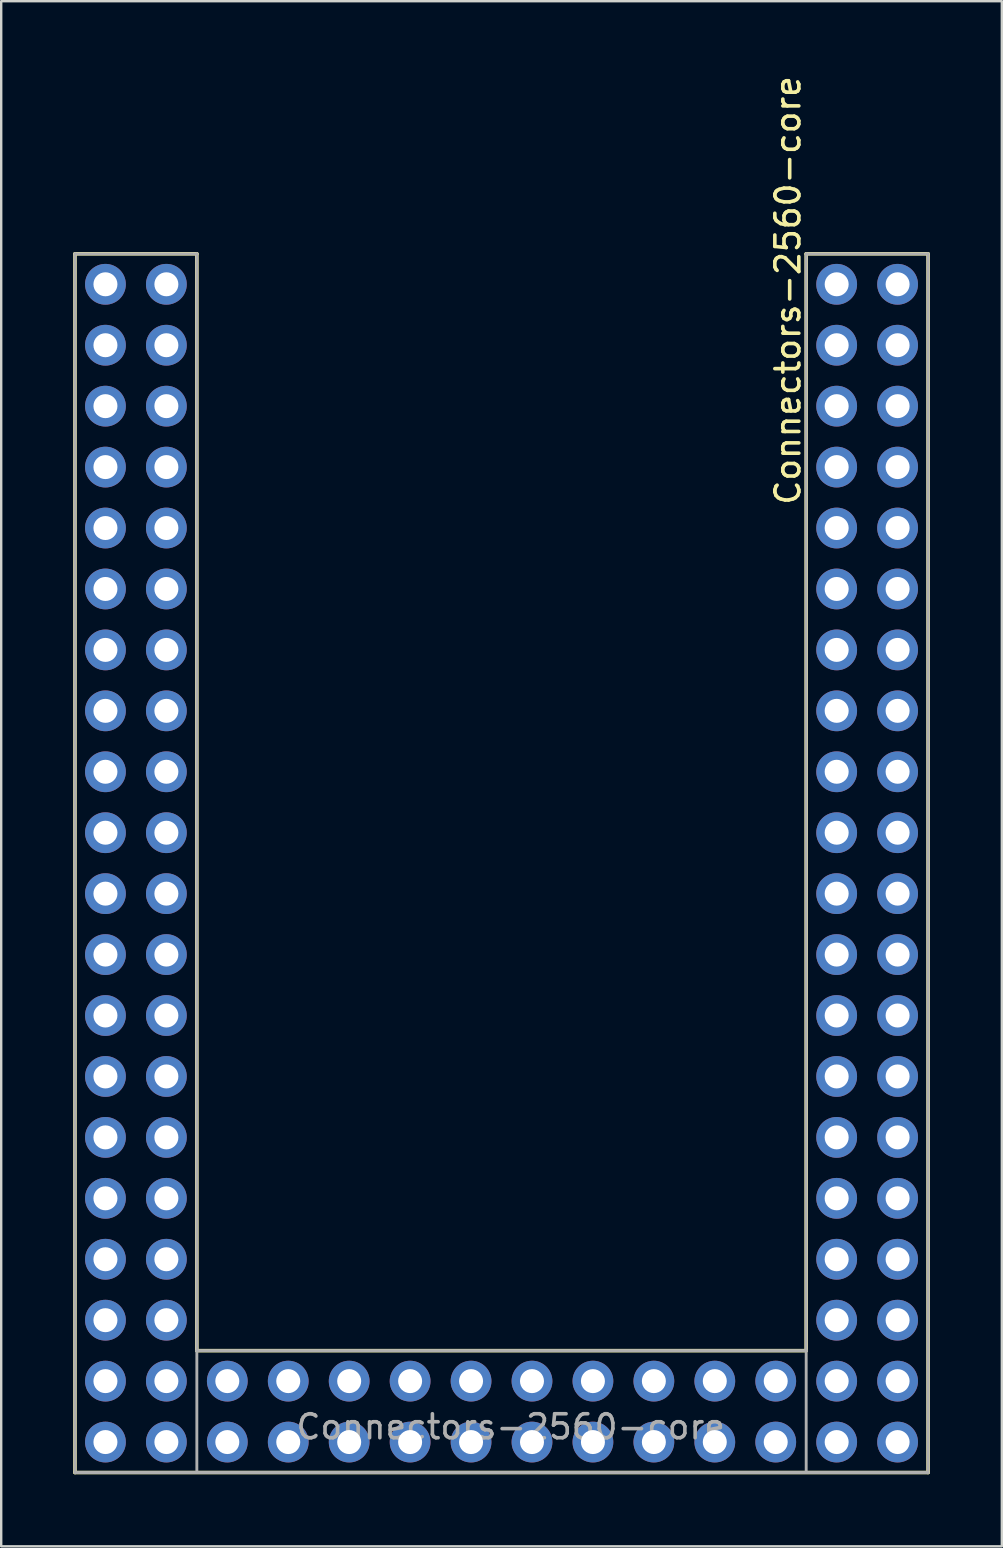
<source format=kicad_pcb>
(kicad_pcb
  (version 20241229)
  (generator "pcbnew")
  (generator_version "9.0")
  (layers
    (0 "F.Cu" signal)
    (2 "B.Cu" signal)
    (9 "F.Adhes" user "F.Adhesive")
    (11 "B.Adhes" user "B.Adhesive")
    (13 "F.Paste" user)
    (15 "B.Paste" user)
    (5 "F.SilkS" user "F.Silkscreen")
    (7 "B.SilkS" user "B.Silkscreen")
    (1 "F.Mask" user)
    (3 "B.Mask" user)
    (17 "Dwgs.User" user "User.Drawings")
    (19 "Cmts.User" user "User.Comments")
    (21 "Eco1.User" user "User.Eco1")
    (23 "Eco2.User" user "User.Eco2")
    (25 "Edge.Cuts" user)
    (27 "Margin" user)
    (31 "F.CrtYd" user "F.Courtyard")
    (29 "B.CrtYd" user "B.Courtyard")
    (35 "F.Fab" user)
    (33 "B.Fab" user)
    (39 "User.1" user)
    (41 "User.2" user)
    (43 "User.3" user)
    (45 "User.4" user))
  (footprint "Connectors-2560-core"
    (layer "F.Cu")
    (at 16.585 20.23)
    (property "Reference" "Connectors-2560-core" (at 13.208 -11.176 270) (layer "F.SilkS") (effects (font (size 1 1) (thickness 0.15))))
    (attr through_hole)
    (fp_line (start -16.51 -12.7) (end -16.51 38.1) (stroke (width 0.15) (type solid)) (layer "F.SilkS"))
    (fp_line (start -16.51 -12.7) (end -11.43 -12.7) (stroke (width 0.15) (type solid)) (layer "F.SilkS"))
    (fp_line (start -16.51 38.1) (end 19.05 38.1) (stroke (width 0.15) (type solid)) (layer "F.SilkS"))
    (fp_line (start -11.43 33.02) (end -11.43 -12.7) (stroke (width 0.15) (type solid)) (layer "F.SilkS"))
    (fp_line (start 13.97 33.02) (end -11.43 33.02) (stroke (width 0.15) (type solid)) (layer "F.SilkS"))
    (fp_line (start 13.97 33.02) (end 13.97 -12.7) (stroke (width 0.15) (type solid)) (layer "F.SilkS"))
    (fp_line (start 19.05 -12.7) (end 13.97 -12.7) (stroke (width 0.15) (type solid)) (layer "F.SilkS"))
    (fp_line (start 19.05 38.1) (end 19.05 -12.7) (stroke (width 0.15) (type solid)) (layer "F.SilkS"))
    (fp_line (start -16.51 -12.7) (end -16.51 38.1) (stroke (width 0.12) (type solid)) (layer "F.Fab"))
    (fp_line (start -16.51 38.1) (end 19.05 38.1) (stroke (width 0.12) (type solid)) (layer "F.Fab"))
    (fp_line (start -11.43 -12.7) (end -16.51 -12.7) (stroke (width 0.12) (type solid)) (layer "F.Fab"))
    (fp_line (start -11.43 33.02) (end -11.43 -12.7) (stroke (width 0.12) (type solid)) (layer "F.Fab"))
    (fp_line (start -11.43 33.02) (end -11.43 38.1) (stroke (width 0.12) (type solid)) (layer "F.Fab"))
    (fp_line (start 13.97 -12.7) (end 13.97 33.02) (stroke (width 0.12) (type solid)) (layer "F.Fab"))
    (fp_line (start 13.97 33.02) (end -11.43 33.02) (stroke (width 0.12) (type solid)) (layer "F.Fab"))
    (fp_line (start 13.97 33.02) (end 13.97 38.1) (stroke (width 0.12) (type solid)) (layer "F.Fab"))
    (fp_line (start 19.05 -12.7) (end 13.97 -12.7) (stroke (width 0.12) (type solid)) (layer "F.Fab"))
    (fp_line (start 19.05 38.1) (end 19.05 -12.7) (stroke (width 0.12) (type solid)) (layer "F.Fab"))
    (fp_text user "${REFERENCE}" (at 1.651 36.195 0) (layer "F.Fab") (effects (font (size 1 1) (thickness 0.15))))
    (pad "A0" thru_hole circle (at 17.78 -3.81) (size 1.7 1.7) (drill 1) (layers "*.Cu" "*.Mask"))
    (pad "A1" thru_hole circle (at 15.24 -1.27) (size 1.7 1.7) (drill 1) (layers "*.Cu" "*.Mask"))
    (pad "A2" thru_hole circle (at 17.78 -1.27) (size 1.7 1.7) (drill 1) (layers "*.Cu" "*.Mask"))
    (pad "A3" thru_hole circle (at 15.24 1.27) (size 1.7 1.7) (drill 1) (layers "*.Cu" "*.Mask"))
    (pad "A4" thru_hole circle (at 17.78 1.27) (size 1.7 1.7) (drill 1) (layers "*.Cu" "*.Mask"))
    (pad "A5" thru_hole circle (at 15.24 3.81) (size 1.7 1.7) (drill 1) (layers "*.Cu" "*.Mask"))
    (pad "A6" thru_hole circle (at 17.78 3.81) (size 1.7 1.7) (drill 1) (layers "*.Cu" "*.Mask"))
    (pad "A7" thru_hole circle (at 15.24 6.35) (size 1.7 1.7) (drill 1) (layers "*.Cu" "*.Mask"))
    (pad "AC0" thru_hole circle (at 15.24 34.29) (size 1.7 1.7) (drill 1) (layers "*.Cu" "*.Mask"))
    (pad "AC1" thru_hole circle (at 17.78 31.75) (size 1.7 1.7) (drill 1) (layers "*.Cu" "*.Mask"))
    (pad "AC2" thru_hole circle (at 15.24 31.75) (size 1.7 1.7) (drill 1) (layers "*.Cu" "*.Mask"))
    (pad "AC3" thru_hole circle (at 17.78 29.21) (size 1.7 1.7) (drill 1) (layers "*.Cu" "*.Mask"))
    (pad "AC4" thru_hole circle (at 15.24 29.21) (size 1.7 1.7) (drill 1) (layers "*.Cu" "*.Mask"))
    (pad "AC5" thru_hole circle (at 17.78 26.67) (size 1.7 1.7) (drill 1) (layers "*.Cu" "*.Mask"))
    (pad "AC6" thru_hole circle (at 15.24 26.67) (size 1.7 1.7) (drill 1) (layers "*.Cu" "*.Mask"))
    (pad "AC7" thru_hole circle (at 17.78 24.13) (size 1.7 1.7) (drill 1) (layers "*.Cu" "*.Mask"))
    (pad "AC8" thru_hole circle (at 15.24 24.13) (size 1.7 1.7) (drill 1) (layers "*.Cu" "*.Mask"))
    (pad "AC9" thru_hole circle (at 17.78 21.59) (size 1.7 1.7) (drill 1) (layers "*.Cu" "*.Mask"))
    (pad "AC10" thru_hole circle (at 15.24 21.59) (size 1.7 1.7) (drill 1) (layers "*.Cu" "*.Mask"))
    (pad "AC11" thru_hole circle (at 17.78 19.05) (size 1.7 1.7) (drill 1) (layers "*.Cu" "*.Mask"))
    (pad "AC12" thru_hole circle (at 15.24 19.05) (size 1.7 1.7) (drill 1) (layers "*.Cu" "*.Mask"))
    (pad "AC13" thru_hole circle (at 17.78 16.51) (size 1.7 1.7) (drill 1) (layers "*.Cu" "*.Mask"))
    (pad "AC14" thru_hole circle (at 15.24 16.51) (size 1.7 1.7) (drill 1) (layers "*.Cu" "*.Mask"))
    (pad "AC15" thru_hole circle (at 17.78 13.97) (size 1.7 1.7) (drill 1) (layers "*.Cu" "*.Mask"))
    (pad "AGND" thru_hole circle (at -10.16 36.83) (size 1.7 1.7) (drill 1) (layers "*.Cu" "*.Mask"))
    (pad "B0" thru_hole circle (at -15.24 16.51) (size 1.7 1.7) (drill 1) (layers "*.Cu" "*.Mask"))
    (pad "B1" thru_hole circle (at 15.24 -8.89) (size 1.7 1.7) (drill 1) (layers "*.Cu" "*.Mask"))
    (pad "B2" thru_hole circle (at 17.78 -8.89) (size 1.7 1.7) (drill 1) (layers "*.Cu" "*.Mask"))
    (pad "B3" thru_hole circle (at 15.24 -11.43) (size 1.7 1.7) (drill 1) (layers "*.Cu" "*.Mask"))
    (pad "B4" thru_hole circle (at -12.7 19.05) (size 1.7 1.7) (drill 1) (layers "*.Cu" "*.Mask"))
    (pad "B5" thru_hole circle (at -15.24 19.05) (size 1.7 1.7) (drill 1) (layers "*.Cu" "*.Mask"))
    (pad "B6" thru_hole circle (at -12.7 21.59) (size 1.7 1.7) (drill 1) (layers "*.Cu" "*.Mask"))
    (pad "B7" thru_hole circle (at -15.24 21.59) (size 1.7 1.7) (drill 1) (layers "*.Cu" "*.Mask"))
    (pad "C0" thru_hole circle (at 2.54 34.29) (size 1.7 1.7) (drill 1) (layers "*.Cu" "*.Mask"))
    (pad "C1" thru_hole circle (at 2.54 36.83) (size 1.7 1.7) (drill 1) (layers "*.Cu" "*.Mask"))
    (pad "C2" thru_hole circle (at 5.08 34.29) (size 1.7 1.7) (drill 1) (layers "*.Cu" "*.Mask"))
    (pad "C3" thru_hole circle (at 5.08 36.83) (size 1.7 1.7) (drill 1) (layers "*.Cu" "*.Mask"))
    (pad "C4" thru_hole circle (at 7.62 34.29) (size 1.7 1.7) (drill 1) (layers "*.Cu" "*.Mask"))
    (pad "C5" thru_hole circle (at 7.62 36.83) (size 1.7 1.7) (drill 1) (layers "*.Cu" "*.Mask"))
    (pad "C6" thru_hole circle (at 10.16 34.29) (size 1.7 1.7) (drill 1) (layers "*.Cu" "*.Mask"))
    (pad "C7" thru_hole circle (at 10.16 36.83) (size 1.7 1.7) (drill 1) (layers "*.Cu" "*.Mask"))
    (pad "D0" thru_hole circle (at -15.24 8.89) (size 1.7 1.7) (drill 1) (layers "*.Cu" "*.Mask"))
    (pad "D1" thru_hole circle (at -12.7 8.89) (size 1.7 1.7) (drill 1) (layers "*.Cu" "*.Mask"))
    (pad "D2" thru_hole circle (at -15.24 6.35) (size 1.7 1.7) (drill 1) (layers "*.Cu" "*.Mask"))
    (pad "D3" thru_hole circle (at -12.7 6.35) (size 1.7 1.7) (drill 1) (layers "*.Cu" "*.Mask"))
    (pad "D4" thru_hole circle (at -5.08 34.29) (size 1.7 1.7) (drill 1) (layers "*.Cu" "*.Mask"))
    (pad "D5" thru_hole circle (at -5.08 36.83) (size 1.7 1.7) (drill 1) (layers "*.Cu" "*.Mask"))
    (pad "D6" thru_hole circle (at -2.54 34.29) (size 1.7 1.7) (drill 1) (layers "*.Cu" "*.Mask"))
    (pad "D7" thru_hole circle (at -2.54 36.83) (size 1.7 1.7) (drill 1) (layers "*.Cu" "*.Mask"))
    (pad "E0" thru_hole circle (at -15.24 -8.89) (size 1.7 1.7) (drill 1) (layers "*.Cu" "*.Mask"))
    (pad "E1" thru_hole circle (at -12.7 -6.35) (size 1.7 1.7) (drill 1) (layers "*.Cu" "*.Mask"))
    (pad "E3" thru_hole circle (at -15.24 -6.35) (size 1.7 1.7) (drill 1) (layers "*.Cu" "*.Mask"))
    (pad "E4" thru_hole circle (at -12.7 -3.81) (size 1.7 1.7) (drill 1) (layers "*.Cu" "*.Mask"))
    (pad "E5" thru_hole circle (at -15.24 -3.81) (size 1.7 1.7) (drill 1) (layers "*.Cu" "*.Mask"))
    (pad "E6" thru_hole circle (at -12.7 -1.27) (size 1.7 1.7) (drill 1) (layers "*.Cu" "*.Mask"))
    (pad "E7" thru_hole circle (at -15.24 -1.27) (size 1.7 1.7) (drill 1) (layers "*.Cu" "*.Mask"))
    (pad "G0" thru_hole circle (at 0 34.29) (size 1.7 1.7) (drill 1) (layers "*.Cu" "*.Mask"))
    (pad "G1" thru_hole circle (at 0 36.83) (size 1.7 1.7) (drill 1) (layers "*.Cu" "*.Mask"))
    (pad "G2" thru_hole circle (at 17.78 6.35) (size 1.7 1.7) (drill 1) (layers "*.Cu" "*.Mask"))
    (pad "G3" thru_hole circle (at -15.24 34.29) (size 1.7 1.7) (drill 1) (layers "*.Cu" "*.Mask"))
    (pad "G4" thru_hole circle (at -7.62 36.83) (size 1.7 1.7) (drill 1) (layers "*.Cu" "*.Mask"))
    (pad "G5" thru_hole circle (at -12.7 -8.89) (size 1.7 1.7) (drill 1) (layers "*.Cu" "*.Mask"))
    (pad "GND" thru_hole circle (at -15.24 36.83) (size 1.7 1.7) (drill 1) (layers "*.Cu" "*.Mask"))
    (pad "GND" thru_hole circle (at -12.7 36.83) (size 1.7 1.7) (drill 1) (layers "*.Cu" "*.Mask"))
    (pad "GND" thru_hole circle (at -10.16 34.29) (size 1.7 1.7) (drill 1) (layers "*.Cu" "*.Mask"))
    (pad "GND" thru_hole circle (at 15.24 36.83) (size 1.7 1.7) (drill 1) (layers "*.Cu" "*.Mask"))
    (pad "GND" thru_hole circle (at 17.78 -6.35) (size 1.7 1.7) (drill 1) (layers "*.Cu" "*.Mask"))
    (pad "GND" thru_hole circle (at 17.78 36.83) (size 1.7 1.7) (drill 1) (layers "*.Cu" "*.Mask"))
    (pad "H0" thru_hole circle (at -15.24 3.81) (size 1.7 1.7) (drill 1) (layers "*.Cu" "*.Mask"))
    (pad "H1" thru_hole circle (at -12.7 3.81) (size 1.7 1.7) (drill 1) (layers "*.Cu" "*.Mask"))
    (pad "H2" thru_hole circle (at -12.7 11.43) (size 1.7 1.7) (drill 1) (layers "*.Cu" "*.Mask"))
    (pad "H3" thru_hole circle (at -15.24 11.43) (size 1.7 1.7) (drill 1) (layers "*.Cu" "*.Mask"))
    (pad "H4" thru_hole circle (at -12.7 13.97) (size 1.7 1.7) (drill 1) (layers "*.Cu" "*.Mask"))
    (pad "H5" thru_hole circle (at -15.24 13.97) (size 1.7 1.7) (drill 1) (layers "*.Cu" "*.Mask"))
    (pad "H6" thru_hole circle (at -12.7 16.51) (size 1.7 1.7) (drill 1) (layers "*.Cu" "*.Mask"))
    (pad "H7" thru_hole circle (at -12.7 34.29) (size 1.7 1.7) (drill 1) (layers "*.Cu" "*.Mask"))
    (pad "J0" thru_hole circle (at -15.24 1.27) (size 1.7 1.7) (drill 1) (layers "*.Cu" "*.Mask"))
    (pad "J1" thru_hole circle (at -12.7 1.27) (size 1.7 1.7) (drill 1) (layers "*.Cu" "*.Mask"))
    (pad "J2" thru_hole circle (at 15.24 13.97) (size 1.7 1.7) (drill 1) (layers "*.Cu" "*.Mask"))
    (pad "J3" thru_hole circle (at 17.78 11.43) (size 1.7 1.7) (drill 1) (layers "*.Cu" "*.Mask"))
    (pad "J4" thru_hole circle (at 15.24 11.43) (size 1.7 1.7) (drill 1) (layers "*.Cu" "*.Mask"))
    (pad "J5" thru_hole circle (at 17.78 8.89) (size 1.7 1.7) (drill 1) (layers "*.Cu" "*.Mask"))
    (pad "J6" thru_hole circle (at 15.24 8.89) (size 1.7 1.7) (drill 1) (layers "*.Cu" "*.Mask"))
    (pad "J7" thru_hole circle (at 15.24 -3.81) (size 1.7 1.7) (drill 1) (layers "*.Cu" "*.Mask"))
    (pad "L0" thru_hole circle (at -12.7 24.13) (size 1.7 1.7) (drill 1) (layers "*.Cu" "*.Mask"))
    (pad "L1" thru_hole circle (at -15.24 24.13) (size 1.7 1.7) (drill 1) (layers "*.Cu" "*.Mask"))
    (pad "L2" thru_hole circle (at -12.7 26.67) (size 1.7 1.7) (drill 1) (layers "*.Cu" "*.Mask"))
    (pad "L3" thru_hole circle (at -15.24 26.67) (size 1.7 1.7) (drill 1) (layers "*.Cu" "*.Mask"))
    (pad "L4" thru_hole circle (at -12.7 29.21) (size 1.7 1.7) (drill 1) (layers "*.Cu" "*.Mask"))
    (pad "L5" thru_hole circle (at -15.24 29.21) (size 1.7 1.7) (drill 1) (layers "*.Cu" "*.Mask"))
    (pad "L6" thru_hole circle (at -12.7 31.75) (size 1.7 1.7) (drill 1) (layers "*.Cu" "*.Mask"))
    (pad "L7" thru_hole circle (at -15.24 31.75) (size 1.7 1.7) (drill 1) (layers "*.Cu" "*.Mask"))
    (pad "NC" thru_hole circle (at -7.62 34.29) (size 1.7 1.7) (drill 1) (layers "*.Cu" "*.Mask"))
    (pad "RST" thru_hole circle (at 15.24 -6.35) (size 1.7 1.7) (drill 1) (layers "*.Cu" "*.Mask"))
    (pad "VCC" thru_hole circle (at -15.24 -11.43) (size 1.7 1.7) (drill 1) (layers "*.Cu" "*.Mask"))
    (pad "VCC" thru_hole circle (at -12.7 -11.43) (size 1.7 1.7) (drill 1) (layers "*.Cu" "*.Mask"))
    (pad "VCC" thru_hole circle (at 12.7 34.29) (size 1.7 1.7) (drill 1) (layers "*.Cu" "*.Mask"))
    (pad "VCC" thru_hole circle (at 12.7 36.83) (size 1.7 1.7) (drill 1) (layers "*.Cu" "*.Mask"))
    (pad "VCC" thru_hole circle (at 17.78 -11.43) (size 1.7 1.7) (drill 1) (layers "*.Cu" "*.Mask"))
    (pad "VREF" thru_hole circle (at 17.78 34.29) (size 1.7 1.7) (drill 1) (layers "*.Cu" "*.Mask")))
  (gr_rect
    (start -3 -3)
    (end 38.71 61.405)
    (stroke (width 0.1) (type default))
    (fill no)
    (layer "Edge.Cuts")))
</source>
